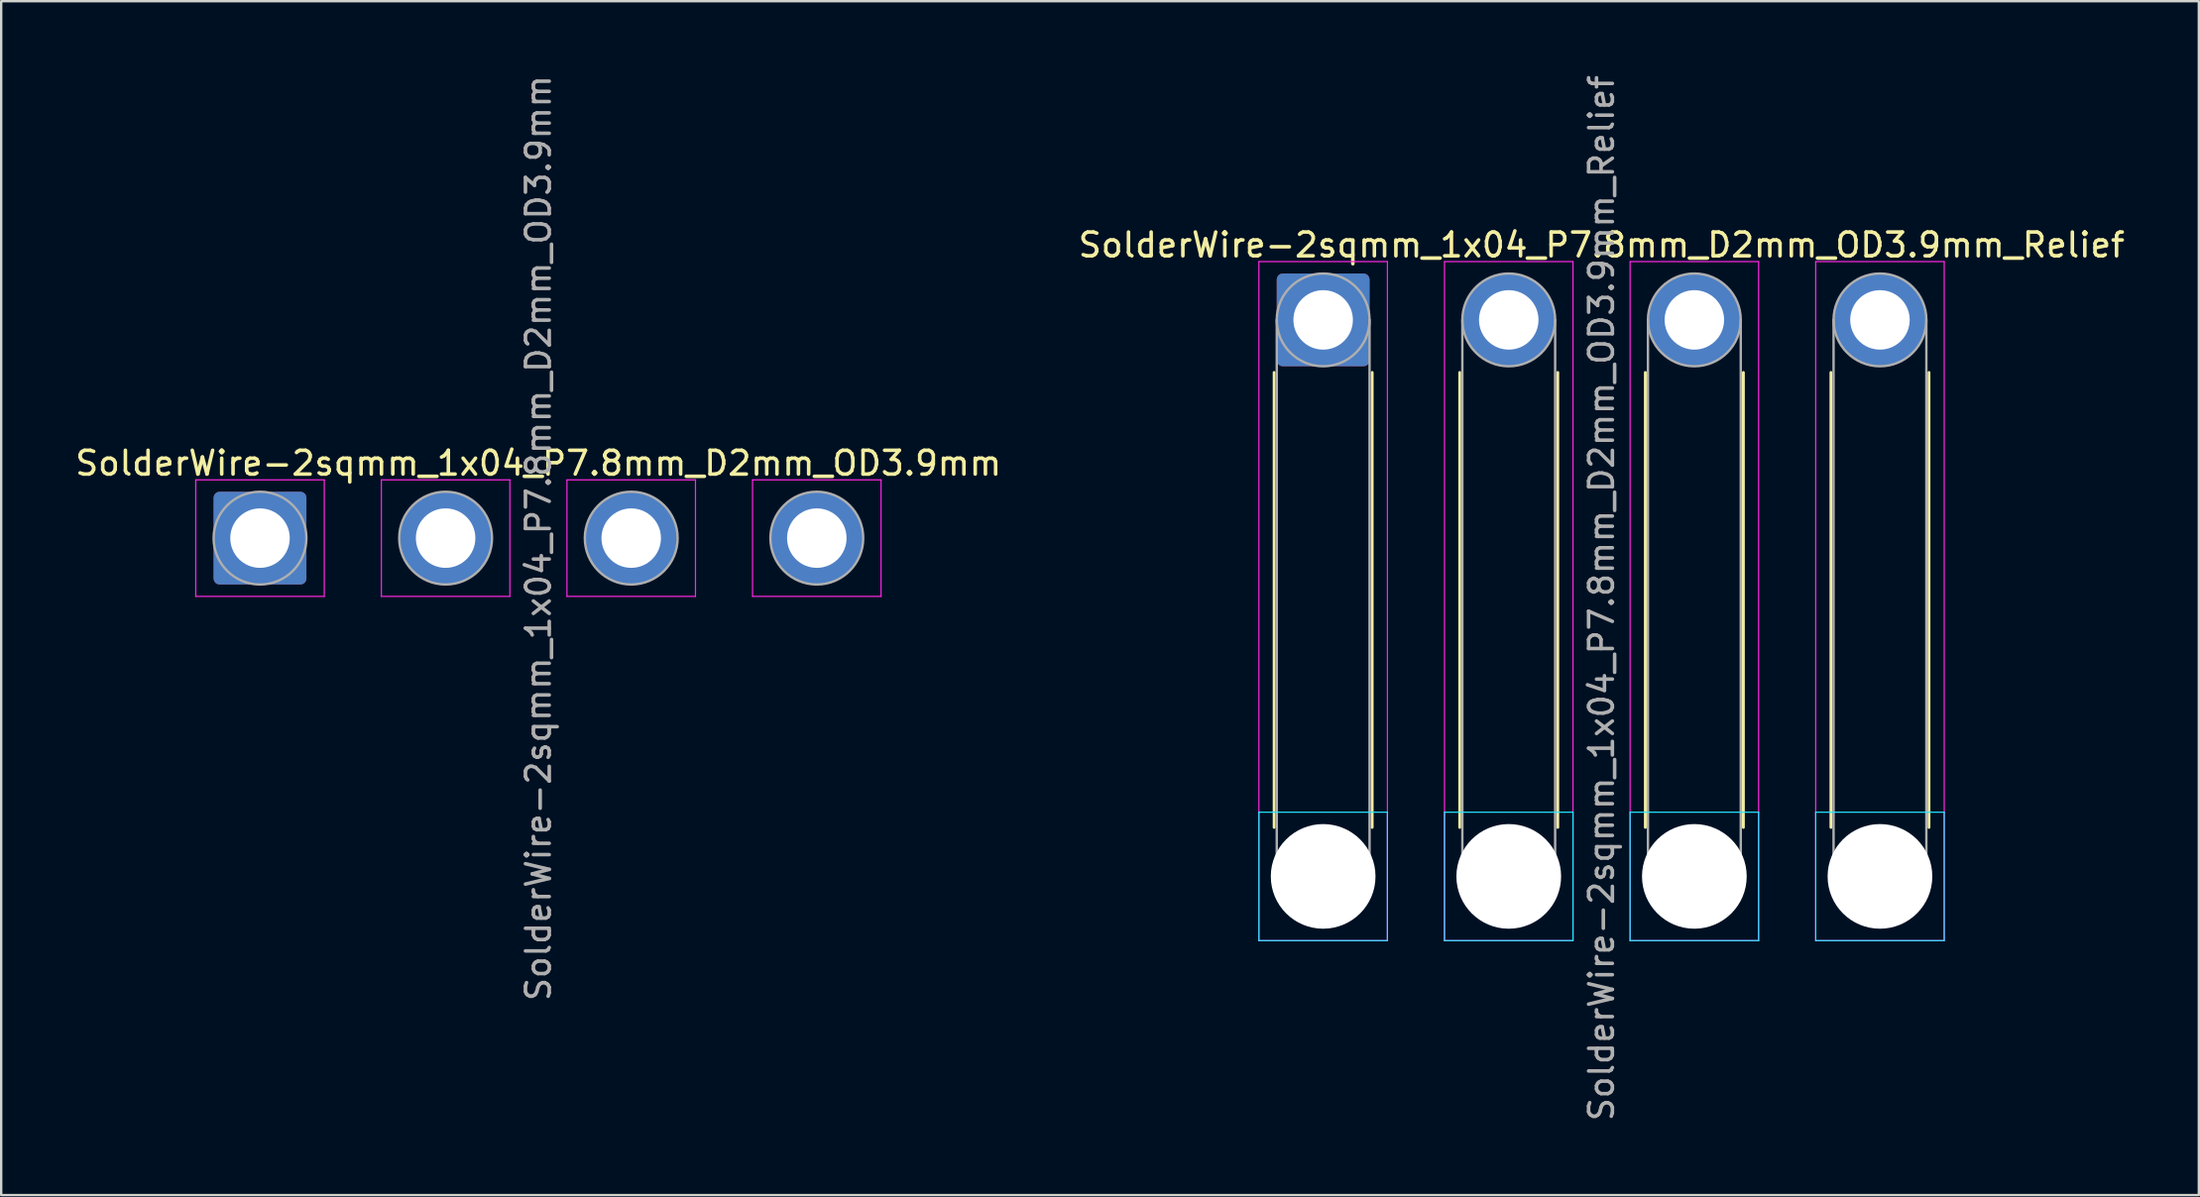
<source format=kicad_pcb>
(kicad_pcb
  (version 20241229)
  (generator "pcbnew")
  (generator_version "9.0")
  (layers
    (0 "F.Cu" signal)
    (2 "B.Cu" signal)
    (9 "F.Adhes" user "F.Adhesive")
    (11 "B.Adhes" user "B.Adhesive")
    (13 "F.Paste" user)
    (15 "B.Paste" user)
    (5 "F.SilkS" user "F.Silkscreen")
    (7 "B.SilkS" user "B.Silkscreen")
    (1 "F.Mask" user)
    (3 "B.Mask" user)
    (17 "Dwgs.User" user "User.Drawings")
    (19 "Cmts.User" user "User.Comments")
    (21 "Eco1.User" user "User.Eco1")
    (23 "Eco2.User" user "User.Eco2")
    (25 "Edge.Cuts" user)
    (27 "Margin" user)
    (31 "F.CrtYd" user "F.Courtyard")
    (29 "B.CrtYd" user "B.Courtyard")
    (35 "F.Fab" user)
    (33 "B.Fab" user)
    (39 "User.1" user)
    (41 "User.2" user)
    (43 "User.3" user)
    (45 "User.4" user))
  (footprint "SolderWire-2sqmm_1x04_P7.8mm_D2mm_OD3.9mm"
    (layer "F.Cu")
    (at 7.877 19.577)
    (property "Reference" "SolderWire-2sqmm_1x04_P7.8mm_D2mm_OD3.9mm" (at 11.7 -3.15 0) (layer "F.SilkS") (effects (font (size 1 1) (thickness 0.15))))
    (attr exclude_from_pos_files exclude_from_bom)
    (fp_line (start -2.7 -2.45) (end -2.7 2.45) (stroke (width 0.05) (type solid)) (layer "F.CrtYd"))
    (fp_line (start -2.7 2.45) (end 2.7 2.45) (stroke (width 0.05) (type solid)) (layer "F.CrtYd"))
    (fp_line (start 2.7 -2.45) (end -2.7 -2.45) (stroke (width 0.05) (type solid)) (layer "F.CrtYd"))
    (fp_line (start 2.7 2.45) (end 2.7 -2.45) (stroke (width 0.05) (type solid)) (layer "F.CrtYd"))
    (fp_line (start 5.1 -2.45) (end 5.1 2.45) (stroke (width 0.05) (type solid)) (layer "F.CrtYd"))
    (fp_line (start 5.1 2.45) (end 10.5 2.45) (stroke (width 0.05) (type solid)) (layer "F.CrtYd"))
    (fp_line (start 10.5 -2.45) (end 5.1 -2.45) (stroke (width 0.05) (type solid)) (layer "F.CrtYd"))
    (fp_line (start 10.5 2.45) (end 10.5 -2.45) (stroke (width 0.05) (type solid)) (layer "F.CrtYd"))
    (fp_line (start 12.9 -2.45) (end 12.9 2.45) (stroke (width 0.05) (type solid)) (layer "F.CrtYd"))
    (fp_line (start 12.9 2.45) (end 18.3 2.45) (stroke (width 0.05) (type solid)) (layer "F.CrtYd"))
    (fp_line (start 18.3 -2.45) (end 12.9 -2.45) (stroke (width 0.05) (type solid)) (layer "F.CrtYd"))
    (fp_line (start 18.3 2.45) (end 18.3 -2.45) (stroke (width 0.05) (type solid)) (layer "F.CrtYd"))
    (fp_line (start 20.7 -2.45) (end 20.7 2.45) (stroke (width 0.05) (type solid)) (layer "F.CrtYd"))
    (fp_line (start 20.7 2.45) (end 26.1 2.45) (stroke (width 0.05) (type solid)) (layer "F.CrtYd"))
    (fp_line (start 26.1 -2.45) (end 20.7 -2.45) (stroke (width 0.05) (type solid)) (layer "F.CrtYd"))
    (fp_line (start 26.1 2.45) (end 26.1 -2.45) (stroke (width 0.05) (type solid)) (layer "F.CrtYd"))
    (fp_circle (center 0 0) (end 1.95 0) (stroke (width 0.1) (type solid)) (fill no) (layer "F.Fab"))
    (fp_circle (center 7.8 0) (end 9.75 0) (stroke (width 0.1) (type solid)) (fill no) (layer "F.Fab"))
    (fp_circle (center 15.6 0) (end 17.55 0) (stroke (width 0.1) (type solid)) (fill no) (layer "F.Fab"))
    (fp_circle (center 23.4 0) (end 25.35 0) (stroke (width 0.1) (type solid)) (fill no) (layer "F.Fab"))
    (fp_text user "${REFERENCE}" (at 11.7 0 90) (layer "F.Fab") (effects (font (size 1 1) (thickness 0.15))))
    (pad "1" thru_hole roundrect (at 0 0) (size 3.9 3.9) (drill 2.5) (layers "*.Cu" "*.Mask") (roundrect_rratio 0.064))
    (pad "2" thru_hole circle (at 7.8 0) (size 3.9 3.9) (drill 2.5) (layers "*.Cu" "*.Mask"))
    (pad "3" thru_hole circle (at 15.6 0) (size 3.9 3.9) (drill 2.5) (layers "*.Cu" "*.Mask"))
    (pad "4" thru_hole circle (at 23.4 0) (size 3.9 3.9) (drill 2.5) (layers "*.Cu" "*.Mask")))
  (footprint "SolderWire-2sqmm_1x04_P7.8mm_D2mm_OD3.9mm_Relief"
    (layer "F.Cu")
    (at 52.556 10.401)
    (property "Reference" "SolderWire-2sqmm_1x04_P7.8mm_D2mm_OD3.9mm_Relief" (at 11.7 -3.15 0) (layer "F.SilkS") (effects (font (size 1 1) (thickness 0.15))))
    (attr exclude_from_pos_files exclude_from_bom)
    (fp_line (start -2.06 2.21) (end -2.06 21.34) (stroke (width 0.12) (type solid)) (layer "F.SilkS"))
    (fp_line (start 2.06 2.21) (end 2.06 21.34) (stroke (width 0.12) (type solid)) (layer "F.SilkS"))
    (fp_line (start 5.74 2.21) (end 5.74 21.34) (stroke (width 0.12) (type solid)) (layer "F.SilkS"))
    (fp_line (start 9.86 2.21) (end 9.86 21.34) (stroke (width 0.12) (type solid)) (layer "F.SilkS"))
    (fp_line (start 13.54 2.21) (end 13.54 21.34) (stroke (width 0.12) (type solid)) (layer "F.SilkS"))
    (fp_line (start 17.66 2.21) (end 17.66 21.34) (stroke (width 0.12) (type solid)) (layer "F.SilkS"))
    (fp_line (start 21.34 2.21) (end 21.34 21.34) (stroke (width 0.12) (type solid)) (layer "F.SilkS"))
    (fp_line (start 25.46 2.21) (end 25.46 21.34) (stroke (width 0.12) (type solid)) (layer "F.SilkS"))
    (fp_line (start -2.7 20.7) (end -2.7 26.1) (stroke (width 0.05) (type solid)) (layer "B.CrtYd"))
    (fp_line (start -2.7 26.1) (end 2.7 26.1) (stroke (width 0.05) (type solid)) (layer "B.CrtYd"))
    (fp_line (start 2.7 20.7) (end -2.7 20.7) (stroke (width 0.05) (type solid)) (layer "B.CrtYd"))
    (fp_line (start 2.7 26.1) (end 2.7 20.7) (stroke (width 0.05) (type solid)) (layer "B.CrtYd"))
    (fp_line (start 5.1 20.7) (end 5.1 26.1) (stroke (width 0.05) (type solid)) (layer "B.CrtYd"))
    (fp_line (start 5.1 26.1) (end 10.5 26.1) (stroke (width 0.05) (type solid)) (layer "B.CrtYd"))
    (fp_line (start 10.5 20.7) (end 5.1 20.7) (stroke (width 0.05) (type solid)) (layer "B.CrtYd"))
    (fp_line (start 10.5 26.1) (end 10.5 20.7) (stroke (width 0.05) (type solid)) (layer "B.CrtYd"))
    (fp_line (start 12.9 20.7) (end 12.9 26.1) (stroke (width 0.05) (type solid)) (layer "B.CrtYd"))
    (fp_line (start 12.9 26.1) (end 18.3 26.1) (stroke (width 0.05) (type solid)) (layer "B.CrtYd"))
    (fp_line (start 18.3 20.7) (end 12.9 20.7) (stroke (width 0.05) (type solid)) (layer "B.CrtYd"))
    (fp_line (start 18.3 26.1) (end 18.3 20.7) (stroke (width 0.05) (type solid)) (layer "B.CrtYd"))
    (fp_line (start 20.7 20.7) (end 20.7 26.1) (stroke (width 0.05) (type solid)) (layer "B.CrtYd"))
    (fp_line (start 20.7 26.1) (end 26.1 26.1) (stroke (width 0.05) (type solid)) (layer "B.CrtYd"))
    (fp_line (start 26.1 20.7) (end 20.7 20.7) (stroke (width 0.05) (type solid)) (layer "B.CrtYd"))
    (fp_line (start 26.1 26.1) (end 26.1 20.7) (stroke (width 0.05) (type solid)) (layer "B.CrtYd"))
    (fp_line (start -2.7 -2.45) (end -2.7 26.1) (stroke (width 0.05) (type solid)) (layer "F.CrtYd"))
    (fp_line (start -2.7 26.1) (end 2.7 26.1) (stroke (width 0.05) (type solid)) (layer "F.CrtYd"))
    (fp_line (start 2.7 -2.45) (end -2.7 -2.45) (stroke (width 0.05) (type solid)) (layer "F.CrtYd"))
    (fp_line (start 2.7 26.1) (end 2.7 -2.45) (stroke (width 0.05) (type solid)) (layer "F.CrtYd"))
    (fp_line (start 5.1 -2.45) (end 5.1 26.1) (stroke (width 0.05) (type solid)) (layer "F.CrtYd"))
    (fp_line (start 5.1 26.1) (end 10.5 26.1) (stroke (width 0.05) (type solid)) (layer "F.CrtYd"))
    (fp_line (start 10.5 -2.45) (end 5.1 -2.45) (stroke (width 0.05) (type solid)) (layer "F.CrtYd"))
    (fp_line (start 10.5 26.1) (end 10.5 -2.45) (stroke (width 0.05) (type solid)) (layer "F.CrtYd"))
    (fp_line (start 12.9 -2.45) (end 12.9 26.1) (stroke (width 0.05) (type solid)) (layer "F.CrtYd"))
    (fp_line (start 12.9 26.1) (end 18.3 26.1) (stroke (width 0.05) (type solid)) (layer "F.CrtYd"))
    (fp_line (start 18.3 -2.45) (end 12.9 -2.45) (stroke (width 0.05) (type solid)) (layer "F.CrtYd"))
    (fp_line (start 18.3 26.1) (end 18.3 -2.45) (stroke (width 0.05) (type solid)) (layer "F.CrtYd"))
    (fp_line (start 20.7 -2.45) (end 20.7 26.1) (stroke (width 0.05) (type solid)) (layer "F.CrtYd"))
    (fp_line (start 20.7 26.1) (end 26.1 26.1) (stroke (width 0.05) (type solid)) (layer "F.CrtYd"))
    (fp_line (start 26.1 -2.45) (end 20.7 -2.45) (stroke (width 0.05) (type solid)) (layer "F.CrtYd"))
    (fp_line (start 26.1 26.1) (end 26.1 -2.45) (stroke (width 0.05) (type solid)) (layer "F.CrtYd"))
    (fp_line (start -1.95 0) (end -1.95 23.4) (stroke (width 0.1) (type solid)) (layer "F.Fab"))
    (fp_line (start 1.95 0) (end 1.95 23.4) (stroke (width 0.1) (type solid)) (layer "F.Fab"))
    (fp_line (start 5.85 0) (end 5.85 23.4) (stroke (width 0.1) (type solid)) (layer "F.Fab"))
    (fp_line (start 9.75 0) (end 9.75 23.4) (stroke (width 0.1) (type solid)) (layer "F.Fab"))
    (fp_line (start 13.65 0) (end 13.65 23.4) (stroke (width 0.1) (type solid)) (layer "F.Fab"))
    (fp_line (start 17.55 0) (end 17.55 23.4) (stroke (width 0.1) (type solid)) (layer "F.Fab"))
    (fp_line (start 21.45 0) (end 21.45 23.4) (stroke (width 0.1) (type solid)) (layer "F.Fab"))
    (fp_line (start 25.35 0) (end 25.35 23.4) (stroke (width 0.1) (type solid)) (layer "F.Fab"))
    (fp_circle (center 0 0) (end 1.95 0) (stroke (width 0.1) (type solid)) (fill no) (layer "F.Fab"))
    (fp_circle (center 0 23.4) (end 1.95 23.4) (stroke (width 0.1) (type solid)) (fill no) (layer "F.Fab"))
    (fp_circle (center 7.8 0) (end 9.75 0) (stroke (width 0.1) (type solid)) (fill no) (layer "F.Fab"))
    (fp_circle (center 7.8 23.4) (end 9.75 23.4) (stroke (width 0.1) (type solid)) (fill no) (layer "F.Fab"))
    (fp_circle (center 15.6 0) (end 17.55 0) (stroke (width 0.1) (type solid)) (fill no) (layer "F.Fab"))
    (fp_circle (center 15.6 23.4) (end 17.55 23.4) (stroke (width 0.1) (type solid)) (fill no) (layer "F.Fab"))
    (fp_circle (center 23.4 0) (end 25.35 0) (stroke (width 0.1) (type solid)) (fill no) (layer "F.Fab"))
    (fp_circle (center 23.4 23.4) (end 25.35 23.4) (stroke (width 0.1) (type solid)) (fill no) (layer "F.Fab"))
    (fp_text user "${REFERENCE}" (at 11.7 11.7 90) (layer "F.Fab") (effects (font (size 1 1) (thickness 0.15))))
    (pad "" np_thru_hole circle (at 0 23.4) (size 4.4 4.4) (drill 4.4) (layers "*.Cu" "*.Mask"))
    (pad "" np_thru_hole circle (at 7.8 23.4) (size 4.4 4.4) (drill 4.4) (layers "*.Cu" "*.Mask"))
    (pad "" np_thru_hole circle (at 15.6 23.4) (size 4.4 4.4) (drill 4.4) (layers "*.Cu" "*.Mask"))
    (pad "" np_thru_hole circle (at 23.4 23.4) (size 4.4 4.4) (drill 4.4) (layers "*.Cu" "*.Mask"))
    (pad "1" thru_hole roundrect (at 0 0) (size 3.9 3.9) (drill 2.5) (layers "*.Cu" "*.Mask") (roundrect_rratio 0.064))
    (pad "2" thru_hole circle (at 7.8 0) (size 3.9 3.9) (drill 2.5) (layers "*.Cu" "*.Mask"))
    (pad "3" thru_hole circle (at 15.6 0) (size 3.9 3.9) (drill 2.5) (layers "*.Cu" "*.Mask"))
    (pad "4" thru_hole circle (at 23.4 0) (size 3.9 3.9) (drill 2.5) (layers "*.Cu" "*.Mask")))
  (gr_rect
    (start -3 -3)
    (end 89.357 47.202)
    (stroke (width 0.1) (type default))
    (fill no)
    (layer "Edge.Cuts")))
</source>
